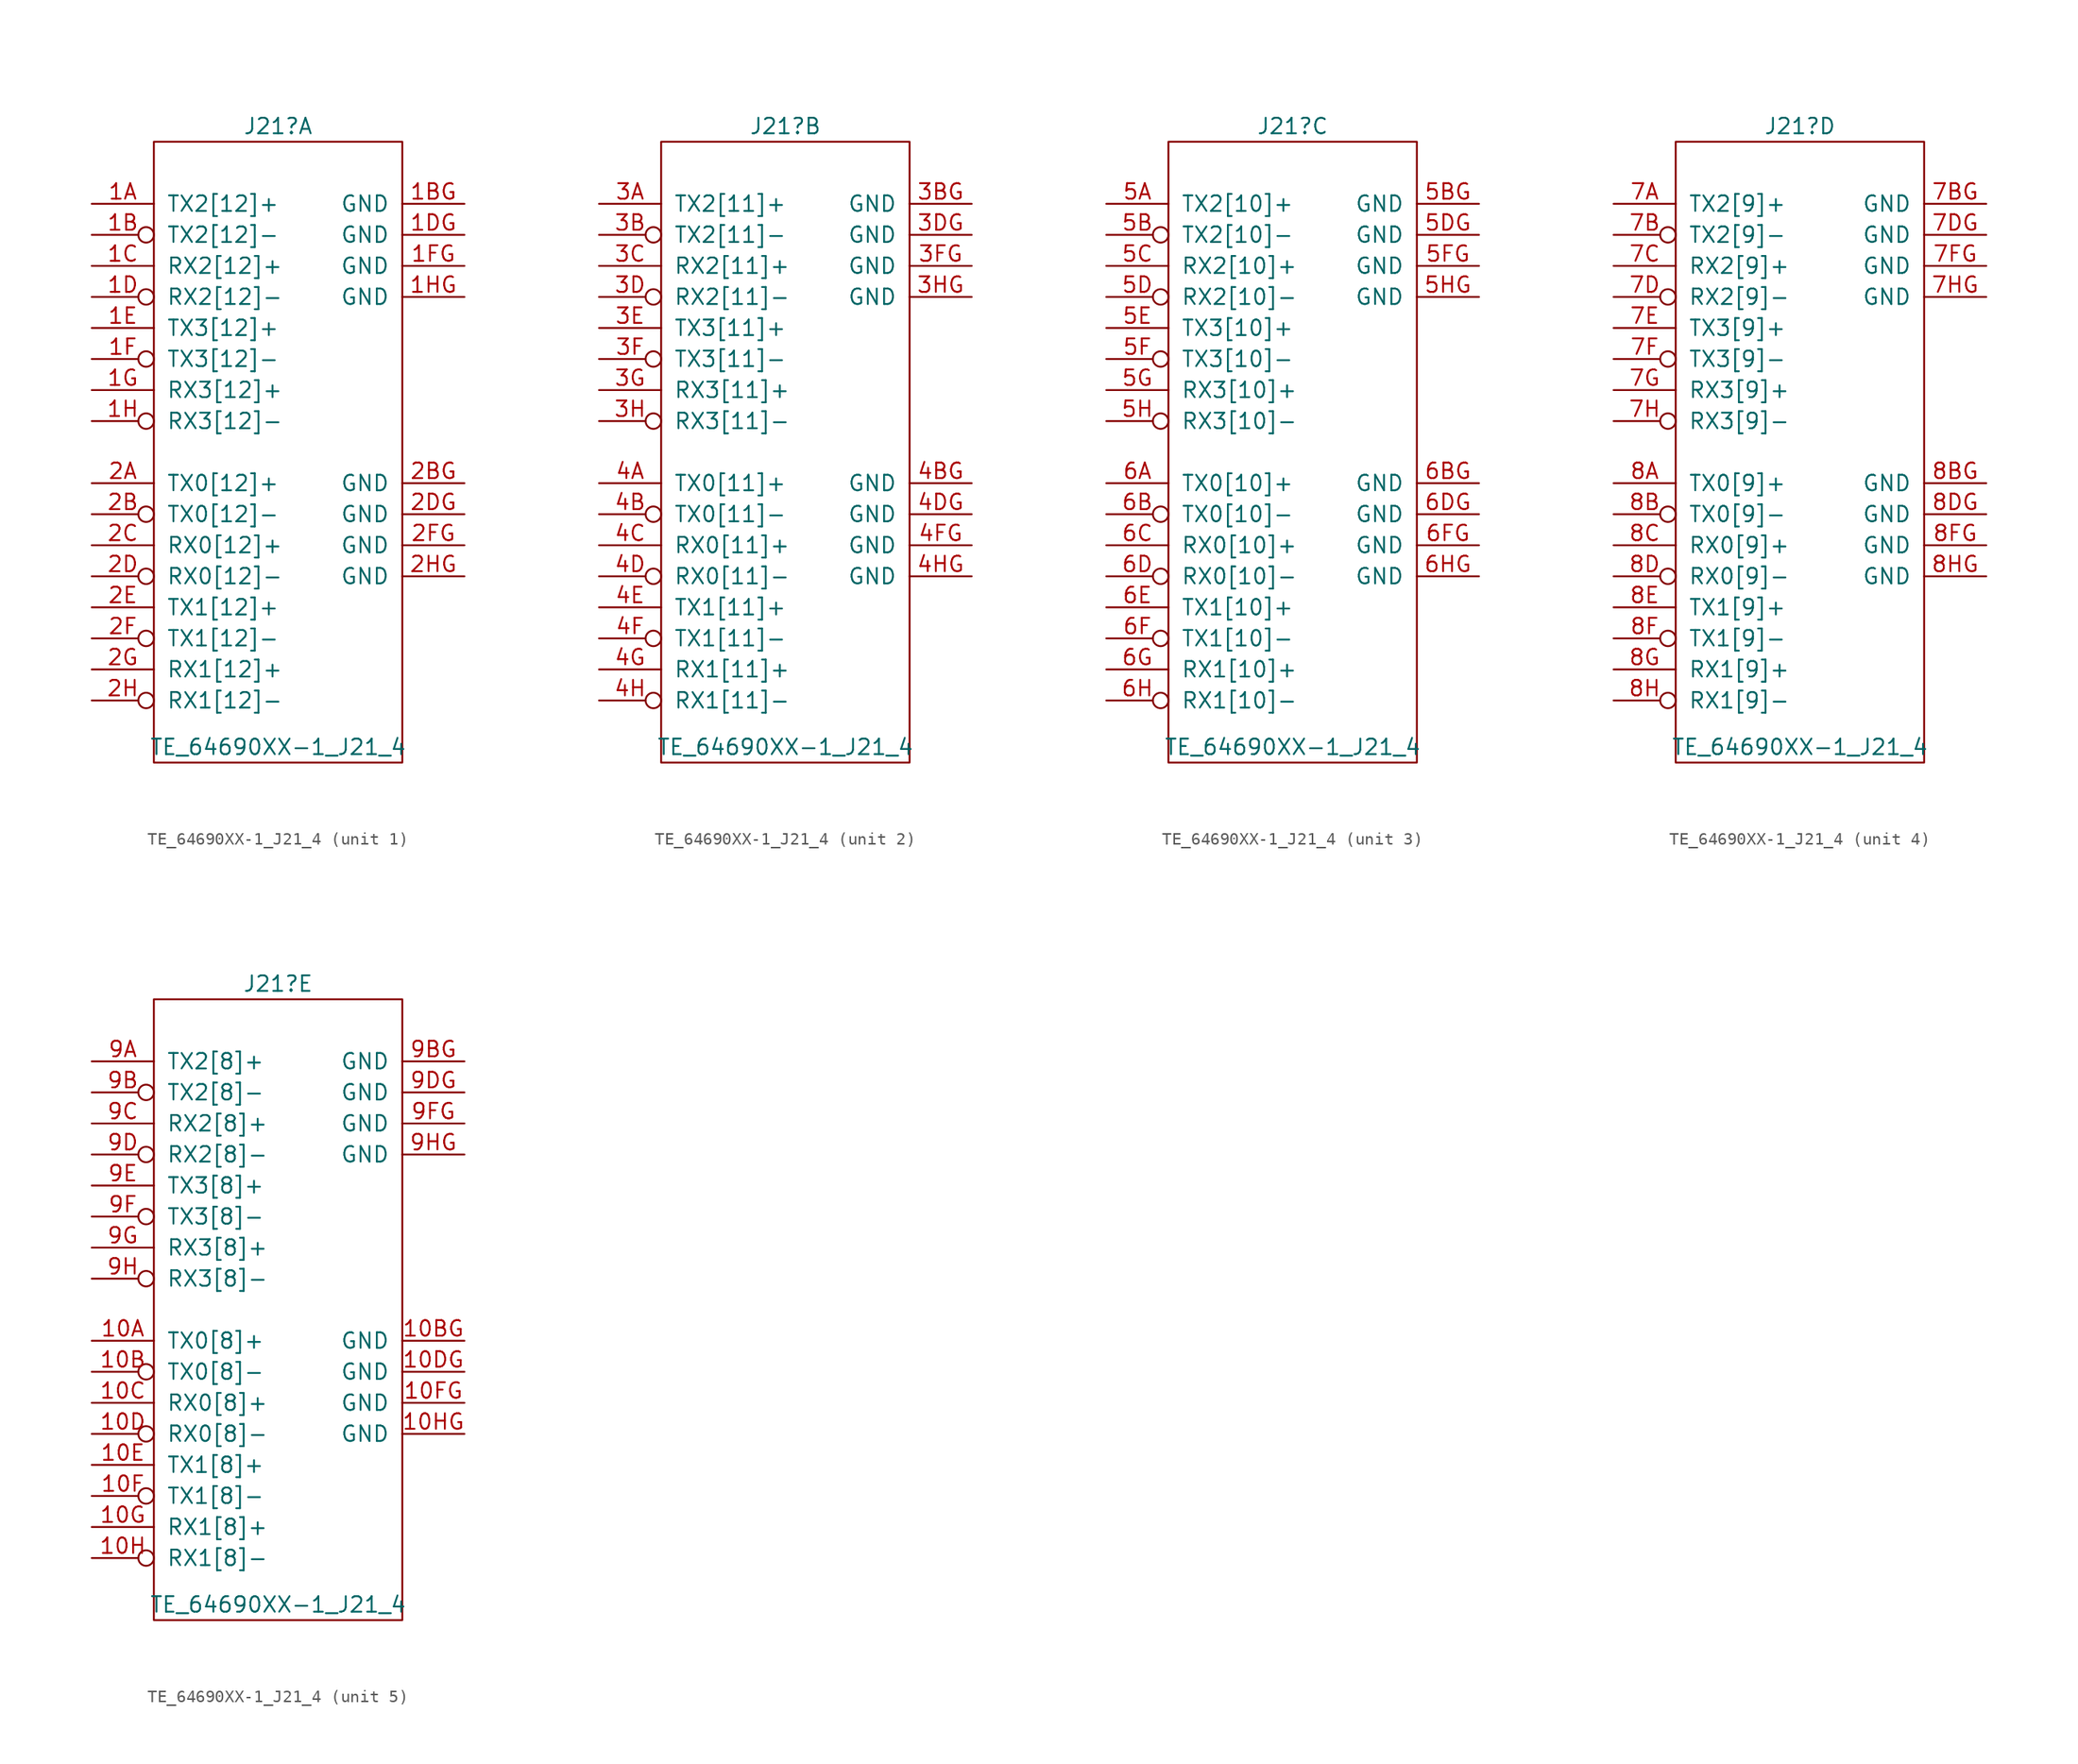
<source format=kicad_sym>
(kicad_symbol_lib
  (version 20220914)
  (generator kicad_symbol_editor)
  (symbol "TE_64690XX-1_J21_4"
    (pin_names
      (offset 1.016))
    (property "Reference" "J21"
      (at 0 26.67 0)
      (effects (font (size 1.27 1.27))))
    (property "Value" "TE_64690XX-1_J21_4"
      (at 0 -24.13 0)
      (effects (font (size 1.27 1.27))))
    (property "ki_locked" ""
      (at 0 0 0)
      (effects (font (size 1.27 1.27))))
    (symbol "TE_64690XX-1_J21_4_1_1"
      (rectangle (start -10.16 25.4) (end 10.16 -25.4) (stroke (width 0) (type default)) (fill (type none)))
      (pin bidirectional line (at -15.24 20.32 0) (length 5.08) (name "TX2[12]+" (effects (font (size 1.27 1.27)))) (number "1A" (effects (font (size 1.27 1.27)))))
      (pin bidirectional inverted (at -15.24 17.78 0) (length 5.08) (name "TX2[12]-" (effects (font (size 1.27 1.27)))) (number "1B" (effects (font (size 1.27 1.27)))))
      (pin passive line (at 15.24 20.32 180) (length 5.08) (name "GND" (effects (font (size 1.27 1.27)))) (number "1BG" (effects (font (size 1.27 1.27)))))
      (pin bidirectional line (at -15.24 15.24 0) (length 5.08) (name "RX2[12]+" (effects (font (size 1.27 1.27)))) (number "1C" (effects (font (size 1.27 1.27)))))
      (pin bidirectional inverted (at -15.24 12.7 0) (length 5.08) (name "RX2[12]-" (effects (font (size 1.27 1.27)))) (number "1D" (effects (font (size 1.27 1.27)))))
      (pin passive line (at 15.24 17.78 180) (length 5.08) (name "GND" (effects (font (size 1.27 1.27)))) (number "1DG" (effects (font (size 1.27 1.27)))))
      (pin bidirectional line (at -15.24 10.16 0) (length 5.08) (name "TX3[12]+" (effects (font (size 1.27 1.27)))) (number "1E" (effects (font (size 1.27 1.27)))))
      (pin bidirectional inverted (at -15.24 7.62 0) (length 5.08) (name "TX3[12]-" (effects (font (size 1.27 1.27)))) (number "1F" (effects (font (size 1.27 1.27)))))
      (pin passive line (at 15.24 15.24 180) (length 5.08) (name "GND" (effects (font (size 1.27 1.27)))) (number "1FG" (effects (font (size 1.27 1.27)))))
      (pin bidirectional line (at -15.24 5.08 0) (length 5.08) (name "RX3[12]+" (effects (font (size 1.27 1.27)))) (number "1G" (effects (font (size 1.27 1.27)))))
      (pin bidirectional inverted (at -15.24 2.54 0) (length 5.08) (name "RX3[12]-" (effects (font (size 1.27 1.27)))) (number "1H" (effects (font (size 1.27 1.27)))))
      (pin passive line (at 15.24 12.7 180) (length 5.08) (name "GND" (effects (font (size 1.27 1.27)))) (number "1HG" (effects (font (size 1.27 1.27)))))
      (pin bidirectional line (at -15.24 -2.54 0) (length 5.08) (name "TX0[12]+" (effects (font (size 1.27 1.27)))) (number "2A" (effects (font (size 1.27 1.27)))))
      (pin bidirectional inverted (at -15.24 -5.08 0) (length 5.08) (name "TX0[12]-" (effects (font (size 1.27 1.27)))) (number "2B" (effects (font (size 1.27 1.27)))))
      (pin passive line (at 15.24 -2.54 180) (length 5.08) (name "GND" (effects (font (size 1.27 1.27)))) (number "2BG" (effects (font (size 1.27 1.27)))))
      (pin bidirectional line (at -15.24 -7.62 0) (length 5.08) (name "RX0[12]+" (effects (font (size 1.27 1.27)))) (number "2C" (effects (font (size 1.27 1.27)))))
      (pin bidirectional inverted (at -15.24 -10.16 0) (length 5.08) (name "RX0[12]-" (effects (font (size 1.27 1.27)))) (number "2D" (effects (font (size 1.27 1.27)))))
      (pin passive line (at 15.24 -5.08 180) (length 5.08) (name "GND" (effects (font (size 1.27 1.27)))) (number "2DG" (effects (font (size 1.27 1.27)))))
      (pin bidirectional line (at -15.24 -12.7 0) (length 5.08) (name "TX1[12]+" (effects (font (size 1.27 1.27)))) (number "2E" (effects (font (size 1.27 1.27)))))
      (pin bidirectional inverted (at -15.24 -15.24 0) (length 5.08) (name "TX1[12]-" (effects (font (size 1.27 1.27)))) (number "2F" (effects (font (size 1.27 1.27)))))
      (pin passive line (at 15.24 -7.62 180) (length 5.08) (name "GND" (effects (font (size 1.27 1.27)))) (number "2FG" (effects (font (size 1.27 1.27)))))
      (pin bidirectional line (at -15.24 -17.78 0) (length 5.08) (name "RX1[12]+" (effects (font (size 1.27 1.27)))) (number "2G" (effects (font (size 1.27 1.27)))))
      (pin bidirectional inverted (at -15.24 -20.32 0) (length 5.08) (name "RX1[12]-" (effects (font (size 1.27 1.27)))) (number "2H" (effects (font (size 1.27 1.27)))))
      (pin passive line (at 15.24 -10.16 180) (length 5.08) (name "GND" (effects (font (size 1.27 1.27)))) (number "2HG" (effects (font (size 1.27 1.27))))))
    (symbol "TE_64690XX-1_J21_4_2_1"
      (rectangle (start -10.16 25.4) (end 10.16 -25.4) (stroke (width 0) (type default)) (fill (type none)))
      (pin bidirectional line (at -15.24 20.32 0) (length 5.08) (name "TX2[11]+" (effects (font (size 1.27 1.27)))) (number "3A" (effects (font (size 1.27 1.27)))))
      (pin bidirectional inverted (at -15.24 17.78 0) (length 5.08) (name "TX2[11]-" (effects (font (size 1.27 1.27)))) (number "3B" (effects (font (size 1.27 1.27)))))
      (pin passive line (at 15.24 20.32 180) (length 5.08) (name "GND" (effects (font (size 1.27 1.27)))) (number "3BG" (effects (font (size 1.27 1.27)))))
      (pin bidirectional line (at -15.24 15.24 0) (length 5.08) (name "RX2[11]+" (effects (font (size 1.27 1.27)))) (number "3C" (effects (font (size 1.27 1.27)))))
      (pin bidirectional inverted (at -15.24 12.7 0) (length 5.08) (name "RX2[11]-" (effects (font (size 1.27 1.27)))) (number "3D" (effects (font (size 1.27 1.27)))))
      (pin passive line (at 15.24 17.78 180) (length 5.08) (name "GND" (effects (font (size 1.27 1.27)))) (number "3DG" (effects (font (size 1.27 1.27)))))
      (pin bidirectional line (at -15.24 10.16 0) (length 5.08) (name "TX3[11]+" (effects (font (size 1.27 1.27)))) (number "3E" (effects (font (size 1.27 1.27)))))
      (pin bidirectional inverted (at -15.24 7.62 0) (length 5.08) (name "TX3[11]-" (effects (font (size 1.27 1.27)))) (number "3F" (effects (font (size 1.27 1.27)))))
      (pin passive line (at 15.24 15.24 180) (length 5.08) (name "GND" (effects (font (size 1.27 1.27)))) (number "3FG" (effects (font (size 1.27 1.27)))))
      (pin bidirectional line (at -15.24 5.08 0) (length 5.08) (name "RX3[11]+" (effects (font (size 1.27 1.27)))) (number "3G" (effects (font (size 1.27 1.27)))))
      (pin bidirectional inverted (at -15.24 2.54 0) (length 5.08) (name "RX3[11]-" (effects (font (size 1.27 1.27)))) (number "3H" (effects (font (size 1.27 1.27)))))
      (pin passive line (at 15.24 12.7 180) (length 5.08) (name "GND" (effects (font (size 1.27 1.27)))) (number "3HG" (effects (font (size 1.27 1.27)))))
      (pin bidirectional line (at -15.24 -2.54 0) (length 5.08) (name "TX0[11]+" (effects (font (size 1.27 1.27)))) (number "4A" (effects (font (size 1.27 1.27)))))
      (pin bidirectional inverted (at -15.24 -5.08 0) (length 5.08) (name "TX0[11]-" (effects (font (size 1.27 1.27)))) (number "4B" (effects (font (size 1.27 1.27)))))
      (pin passive line (at 15.24 -2.54 180) (length 5.08) (name "GND" (effects (font (size 1.27 1.27)))) (number "4BG" (effects (font (size 1.27 1.27)))))
      (pin bidirectional line (at -15.24 -7.62 0) (length 5.08) (name "RX0[11]+" (effects (font (size 1.27 1.27)))) (number "4C" (effects (font (size 1.27 1.27)))))
      (pin bidirectional inverted (at -15.24 -10.16 0) (length 5.08) (name "RX0[11]-" (effects (font (size 1.27 1.27)))) (number "4D" (effects (font (size 1.27 1.27)))))
      (pin passive line (at 15.24 -5.08 180) (length 5.08) (name "GND" (effects (font (size 1.27 1.27)))) (number "4DG" (effects (font (size 1.27 1.27)))))
      (pin bidirectional line (at -15.24 -12.7 0) (length 5.08) (name "TX1[11]+" (effects (font (size 1.27 1.27)))) (number "4E" (effects (font (size 1.27 1.27)))))
      (pin bidirectional inverted (at -15.24 -15.24 0) (length 5.08) (name "TX1[11]-" (effects (font (size 1.27 1.27)))) (number "4F" (effects (font (size 1.27 1.27)))))
      (pin passive line (at 15.24 -7.62 180) (length 5.08) (name "GND" (effects (font (size 1.27 1.27)))) (number "4FG" (effects (font (size 1.27 1.27)))))
      (pin bidirectional line (at -15.24 -17.78 0) (length 5.08) (name "RX1[11]+" (effects (font (size 1.27 1.27)))) (number "4G" (effects (font (size 1.27 1.27)))))
      (pin bidirectional inverted (at -15.24 -20.32 0) (length 5.08) (name "RX1[11]-" (effects (font (size 1.27 1.27)))) (number "4H" (effects (font (size 1.27 1.27)))))
      (pin passive line (at 15.24 -10.16 180) (length 5.08) (name "GND" (effects (font (size 1.27 1.27)))) (number "4HG" (effects (font (size 1.27 1.27))))))
    (symbol "TE_64690XX-1_J21_4_3_1"
      (rectangle (start -10.16 25.4) (end 10.16 -25.4) (stroke (width 0) (type default)) (fill (type none)))
      (pin bidirectional line (at -15.24 20.32 0) (length 5.08) (name "TX2[10]+" (effects (font (size 1.27 1.27)))) (number "5A" (effects (font (size 1.27 1.27)))))
      (pin bidirectional inverted (at -15.24 17.78 0) (length 5.08) (name "TX2[10]-" (effects (font (size 1.27 1.27)))) (number "5B" (effects (font (size 1.27 1.27)))))
      (pin passive line (at 15.24 20.32 180) (length 5.08) (name "GND" (effects (font (size 1.27 1.27)))) (number "5BG" (effects (font (size 1.27 1.27)))))
      (pin bidirectional line (at -15.24 15.24 0) (length 5.08) (name "RX2[10]+" (effects (font (size 1.27 1.27)))) (number "5C" (effects (font (size 1.27 1.27)))))
      (pin bidirectional inverted (at -15.24 12.7 0) (length 5.08) (name "RX2[10]-" (effects (font (size 1.27 1.27)))) (number "5D" (effects (font (size 1.27 1.27)))))
      (pin passive line (at 15.24 17.78 180) (length 5.08) (name "GND" (effects (font (size 1.27 1.27)))) (number "5DG" (effects (font (size 1.27 1.27)))))
      (pin bidirectional line (at -15.24 10.16 0) (length 5.08) (name "TX3[10]+" (effects (font (size 1.27 1.27)))) (number "5E" (effects (font (size 1.27 1.27)))))
      (pin bidirectional inverted (at -15.24 7.62 0) (length 5.08) (name "TX3[10]-" (effects (font (size 1.27 1.27)))) (number "5F" (effects (font (size 1.27 1.27)))))
      (pin passive line (at 15.24 15.24 180) (length 5.08) (name "GND" (effects (font (size 1.27 1.27)))) (number "5FG" (effects (font (size 1.27 1.27)))))
      (pin bidirectional line (at -15.24 5.08 0) (length 5.08) (name "RX3[10]+" (effects (font (size 1.27 1.27)))) (number "5G" (effects (font (size 1.27 1.27)))))
      (pin bidirectional inverted (at -15.24 2.54 0) (length 5.08) (name "RX3[10]-" (effects (font (size 1.27 1.27)))) (number "5H" (effects (font (size 1.27 1.27)))))
      (pin passive line (at 15.24 12.7 180) (length 5.08) (name "GND" (effects (font (size 1.27 1.27)))) (number "5HG" (effects (font (size 1.27 1.27)))))
      (pin bidirectional line (at -15.24 -2.54 0) (length 5.08) (name "TX0[10]+" (effects (font (size 1.27 1.27)))) (number "6A" (effects (font (size 1.27 1.27)))))
      (pin bidirectional inverted (at -15.24 -5.08 0) (length 5.08) (name "TX0[10]-" (effects (font (size 1.27 1.27)))) (number "6B" (effects (font (size 1.27 1.27)))))
      (pin passive line (at 15.24 -2.54 180) (length 5.08) (name "GND" (effects (font (size 1.27 1.27)))) (number "6BG" (effects (font (size 1.27 1.27)))))
      (pin bidirectional line (at -15.24 -7.62 0) (length 5.08) (name "RX0[10]+" (effects (font (size 1.27 1.27)))) (number "6C" (effects (font (size 1.27 1.27)))))
      (pin bidirectional inverted (at -15.24 -10.16 0) (length 5.08) (name "RX0[10]-" (effects (font (size 1.27 1.27)))) (number "6D" (effects (font (size 1.27 1.27)))))
      (pin passive line (at 15.24 -5.08 180) (length 5.08) (name "GND" (effects (font (size 1.27 1.27)))) (number "6DG" (effects (font (size 1.27 1.27)))))
      (pin bidirectional line (at -15.24 -12.7 0) (length 5.08) (name "TX1[10]+" (effects (font (size 1.27 1.27)))) (number "6E" (effects (font (size 1.27 1.27)))))
      (pin bidirectional inverted (at -15.24 -15.24 0) (length 5.08) (name "TX1[10]-" (effects (font (size 1.27 1.27)))) (number "6F" (effects (font (size 1.27 1.27)))))
      (pin passive line (at 15.24 -7.62 180) (length 5.08) (name "GND" (effects (font (size 1.27 1.27)))) (number "6FG" (effects (font (size 1.27 1.27)))))
      (pin bidirectional line (at -15.24 -17.78 0) (length 5.08) (name "RX1[10]+" (effects (font (size 1.27 1.27)))) (number "6G" (effects (font (size 1.27 1.27)))))
      (pin bidirectional inverted (at -15.24 -20.32 0) (length 5.08) (name "RX1[10]-" (effects (font (size 1.27 1.27)))) (number "6H" (effects (font (size 1.27 1.27)))))
      (pin passive line (at 15.24 -10.16 180) (length 5.08) (name "GND" (effects (font (size 1.27 1.27)))) (number "6HG" (effects (font (size 1.27 1.27))))))
    (symbol "TE_64690XX-1_J21_4_4_1"
      (rectangle (start -10.16 25.4) (end 10.16 -25.4) (stroke (width 0) (type default)) (fill (type none)))
      (pin bidirectional line (at -15.24 20.32 0) (length 5.08) (name "TX2[9]+" (effects (font (size 1.27 1.27)))) (number "7A" (effects (font (size 1.27 1.27)))))
      (pin bidirectional inverted (at -15.24 17.78 0) (length 5.08) (name "TX2[9]-" (effects (font (size 1.27 1.27)))) (number "7B" (effects (font (size 1.27 1.27)))))
      (pin passive line (at 15.24 20.32 180) (length 5.08) (name "GND" (effects (font (size 1.27 1.27)))) (number "7BG" (effects (font (size 1.27 1.27)))))
      (pin bidirectional line (at -15.24 15.24 0) (length 5.08) (name "RX2[9]+" (effects (font (size 1.27 1.27)))) (number "7C" (effects (font (size 1.27 1.27)))))
      (pin bidirectional inverted (at -15.24 12.7 0) (length 5.08) (name "RX2[9]-" (effects (font (size 1.27 1.27)))) (number "7D" (effects (font (size 1.27 1.27)))))
      (pin passive line (at 15.24 17.78 180) (length 5.08) (name "GND" (effects (font (size 1.27 1.27)))) (number "7DG" (effects (font (size 1.27 1.27)))))
      (pin bidirectional line (at -15.24 10.16 0) (length 5.08) (name "TX3[9]+" (effects (font (size 1.27 1.27)))) (number "7E" (effects (font (size 1.27 1.27)))))
      (pin bidirectional inverted (at -15.24 7.62 0) (length 5.08) (name "TX3[9]-" (effects (font (size 1.27 1.27)))) (number "7F" (effects (font (size 1.27 1.27)))))
      (pin passive line (at 15.24 15.24 180) (length 5.08) (name "GND" (effects (font (size 1.27 1.27)))) (number "7FG" (effects (font (size 1.27 1.27)))))
      (pin bidirectional line (at -15.24 5.08 0) (length 5.08) (name "RX3[9]+" (effects (font (size 1.27 1.27)))) (number "7G" (effects (font (size 1.27 1.27)))))
      (pin bidirectional inverted (at -15.24 2.54 0) (length 5.08) (name "RX3[9]-" (effects (font (size 1.27 1.27)))) (number "7H" (effects (font (size 1.27 1.27)))))
      (pin passive line (at 15.24 12.7 180) (length 5.08) (name "GND" (effects (font (size 1.27 1.27)))) (number "7HG" (effects (font (size 1.27 1.27)))))
      (pin bidirectional line (at -15.24 -2.54 0) (length 5.08) (name "TX0[9]+" (effects (font (size 1.27 1.27)))) (number "8A" (effects (font (size 1.27 1.27)))))
      (pin bidirectional inverted (at -15.24 -5.08 0) (length 5.08) (name "TX0[9]-" (effects (font (size 1.27 1.27)))) (number "8B" (effects (font (size 1.27 1.27)))))
      (pin passive line (at 15.24 -2.54 180) (length 5.08) (name "GND" (effects (font (size 1.27 1.27)))) (number "8BG" (effects (font (size 1.27 1.27)))))
      (pin bidirectional line (at -15.24 -7.62 0) (length 5.08) (name "RX0[9]+" (effects (font (size 1.27 1.27)))) (number "8C" (effects (font (size 1.27 1.27)))))
      (pin bidirectional inverted (at -15.24 -10.16 0) (length 5.08) (name "RX0[9]-" (effects (font (size 1.27 1.27)))) (number "8D" (effects (font (size 1.27 1.27)))))
      (pin passive line (at 15.24 -5.08 180) (length 5.08) (name "GND" (effects (font (size 1.27 1.27)))) (number "8DG" (effects (font (size 1.27 1.27)))))
      (pin bidirectional line (at -15.24 -12.7 0) (length 5.08) (name "TX1[9]+" (effects (font (size 1.27 1.27)))) (number "8E" (effects (font (size 1.27 1.27)))))
      (pin bidirectional inverted (at -15.24 -15.24 0) (length 5.08) (name "TX1[9]-" (effects (font (size 1.27 1.27)))) (number "8F" (effects (font (size 1.27 1.27)))))
      (pin passive line (at 15.24 -7.62 180) (length 5.08) (name "GND" (effects (font (size 1.27 1.27)))) (number "8FG" (effects (font (size 1.27 1.27)))))
      (pin bidirectional line (at -15.24 -17.78 0) (length 5.08) (name "RX1[9]+" (effects (font (size 1.27 1.27)))) (number "8G" (effects (font (size 1.27 1.27)))))
      (pin bidirectional inverted (at -15.24 -20.32 0) (length 5.08) (name "RX1[9]-" (effects (font (size 1.27 1.27)))) (number "8H" (effects (font (size 1.27 1.27)))))
      (pin passive line (at 15.24 -10.16 180) (length 5.08) (name "GND" (effects (font (size 1.27 1.27)))) (number "8HG" (effects (font (size 1.27 1.27))))))
    (symbol "TE_64690XX-1_J21_4_5_1"
      (rectangle (start -10.16 25.4) (end 10.16 -25.4) (stroke (width 0) (type default)) (fill (type none)))
      (pin bidirectional line (at -15.24 -2.54 0) (length 5.08) (name "TX0[8]+" (effects (font (size 1.27 1.27)))) (number "10A" (effects (font (size 1.27 1.27)))))
      (pin bidirectional inverted (at -15.24 -5.08 0) (length 5.08) (name "TX0[8]-" (effects (font (size 1.27 1.27)))) (number "10B" (effects (font (size 1.27 1.27)))))
      (pin passive line (at 15.24 -2.54 180) (length 5.08) (name "GND" (effects (font (size 1.27 1.27)))) (number "10BG" (effects (font (size 1.27 1.27)))))
      (pin bidirectional line (at -15.24 -7.62 0) (length 5.08) (name "RX0[8]+" (effects (font (size 1.27 1.27)))) (number "10C" (effects (font (size 1.27 1.27)))))
      (pin bidirectional inverted (at -15.24 -10.16 0) (length 5.08) (name "RX0[8]-" (effects (font (size 1.27 1.27)))) (number "10D" (effects (font (size 1.27 1.27)))))
      (pin passive line (at 15.24 -5.08 180) (length 5.08) (name "GND" (effects (font (size 1.27 1.27)))) (number "10DG" (effects (font (size 1.27 1.27)))))
      (pin bidirectional line (at -15.24 -12.7 0) (length 5.08) (name "TX1[8]+" (effects (font (size 1.27 1.27)))) (number "10E" (effects (font (size 1.27 1.27)))))
      (pin bidirectional inverted (at -15.24 -15.24 0) (length 5.08) (name "TX1[8]-" (effects (font (size 1.27 1.27)))) (number "10F" (effects (font (size 1.27 1.27)))))
      (pin passive line (at 15.24 -7.62 180) (length 5.08) (name "GND" (effects (font (size 1.27 1.27)))) (number "10FG" (effects (font (size 1.27 1.27)))))
      (pin bidirectional line (at -15.24 -17.78 0) (length 5.08) (name "RX1[8]+" (effects (font (size 1.27 1.27)))) (number "10G" (effects (font (size 1.27 1.27)))))
      (pin bidirectional inverted (at -15.24 -20.32 0) (length 5.08) (name "RX1[8]-" (effects (font (size 1.27 1.27)))) (number "10H" (effects (font (size 1.27 1.27)))))
      (pin passive line (at 15.24 -10.16 180) (length 5.08) (name "GND" (effects (font (size 1.27 1.27)))) (number "10HG" (effects (font (size 1.27 1.27)))))
      (pin bidirectional line (at -15.24 20.32 0) (length 5.08) (name "TX2[8]+" (effects (font (size 1.27 1.27)))) (number "9A" (effects (font (size 1.27 1.27)))))
      (pin bidirectional inverted (at -15.24 17.78 0) (length 5.08) (name "TX2[8]-" (effects (font (size 1.27 1.27)))) (number "9B" (effects (font (size 1.27 1.27)))))
      (pin passive line (at 15.24 20.32 180) (length 5.08) (name "GND" (effects (font (size 1.27 1.27)))) (number "9BG" (effects (font (size 1.27 1.27)))))
      (pin bidirectional line (at -15.24 15.24 0) (length 5.08) (name "RX2[8]+" (effects (font (size 1.27 1.27)))) (number "9C" (effects (font (size 1.27 1.27)))))
      (pin bidirectional inverted (at -15.24 12.7 0) (length 5.08) (name "RX2[8]-" (effects (font (size 1.27 1.27)))) (number "9D" (effects (font (size 1.27 1.27)))))
      (pin passive line (at 15.24 17.78 180) (length 5.08) (name "GND" (effects (font (size 1.27 1.27)))) (number "9DG" (effects (font (size 1.27 1.27)))))
      (pin bidirectional line (at -15.24 10.16 0) (length 5.08) (name "TX3[8]+" (effects (font (size 1.27 1.27)))) (number "9E" (effects (font (size 1.27 1.27)))))
      (pin bidirectional inverted (at -15.24 7.62 0) (length 5.08) (name "TX3[8]-" (effects (font (size 1.27 1.27)))) (number "9F" (effects (font (size 1.27 1.27)))))
      (pin passive line (at 15.24 15.24 180) (length 5.08) (name "GND" (effects (font (size 1.27 1.27)))) (number "9FG" (effects (font (size 1.27 1.27)))))
      (pin bidirectional line (at -15.24 5.08 0) (length 5.08) (name "RX3[8]+" (effects (font (size 1.27 1.27)))) (number "9G" (effects (font (size 1.27 1.27)))))
      (pin bidirectional inverted (at -15.24 2.54 0) (length 5.08) (name "RX3[8]-" (effects (font (size 1.27 1.27)))) (number "9H" (effects (font (size 1.27 1.27)))))
      (pin passive line (at 15.24 12.7 180) (length 5.08) (name "GND" (effects (font (size 1.27 1.27)))) (number "9HG" (effects (font (size 1.27 1.27))))))))
</source>
